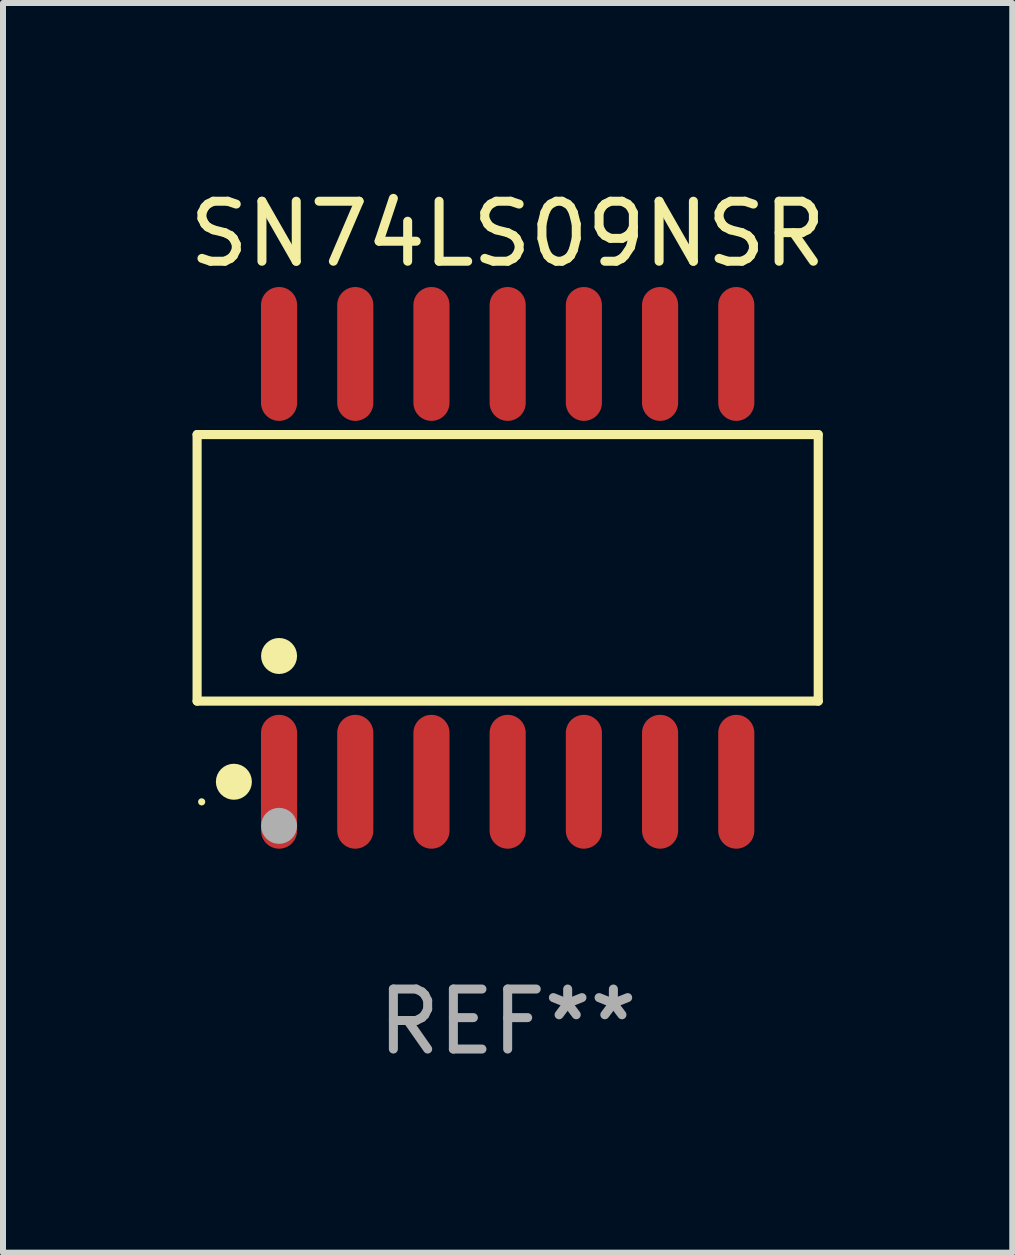
<source format=kicad_pcb>
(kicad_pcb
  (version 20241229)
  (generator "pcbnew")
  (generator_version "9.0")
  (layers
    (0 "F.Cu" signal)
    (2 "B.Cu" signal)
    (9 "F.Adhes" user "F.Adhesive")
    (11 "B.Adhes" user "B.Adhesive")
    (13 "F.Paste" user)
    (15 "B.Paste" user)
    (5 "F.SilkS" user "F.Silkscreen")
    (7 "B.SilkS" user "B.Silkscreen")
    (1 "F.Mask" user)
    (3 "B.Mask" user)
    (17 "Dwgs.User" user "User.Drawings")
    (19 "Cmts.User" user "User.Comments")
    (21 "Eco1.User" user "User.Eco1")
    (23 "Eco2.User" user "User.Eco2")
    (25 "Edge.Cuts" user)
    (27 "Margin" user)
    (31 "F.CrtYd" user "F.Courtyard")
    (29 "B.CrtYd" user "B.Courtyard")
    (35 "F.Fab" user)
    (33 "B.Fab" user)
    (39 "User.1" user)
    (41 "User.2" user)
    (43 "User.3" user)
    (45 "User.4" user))
  (footprint "SN74LS09NSR"
    (layer "F.Cu")
    (at 5.411 6.414)
    (property "Reference" "SN74LS09NSR" (at 0 -5.565 0) (layer "F.SilkS") (effects (font (size 1 1) (thickness 0.15))))
    (attr through_hole)
    (fp_line (start -5.176 -2.221) (end 5.176 -2.221) (stroke (width 0.152) (type solid)) (layer "F.SilkS"))
    (fp_line (start -5.176 2.221) (end -5.176 -2.221) (stroke (width 0.152) (type solid)) (layer "F.SilkS"))
    (fp_line (start 5.176 -2.221) (end 5.176 2.221) (stroke (width 0.152) (type solid)) (layer "F.SilkS"))
    (fp_line (start 5.176 2.221) (end -5.176 2.221) (stroke (width 0.152) (type solid)) (layer "F.SilkS"))
    (fp_circle (center -5.1 3.9) (end -5.07 3.9) (stroke (width 0.06) (type solid)) (fill no) (layer "F.SilkS"))
    (fp_circle (center -4.563 3.565) (end -4.413 3.565) (stroke (width 0.3) (type solid)) (fill no) (layer "F.SilkS"))
    (fp_circle (center -3.81 1.469) (end -3.66 1.469) (stroke (width 0.3) (type solid)) (fill no) (layer "F.SilkS"))
    (fp_circle (center -3.81 4.3) (end -3.66 4.3) (stroke (width 0.3) (type solid)) (fill no) (layer "F.Fab"))
    (fp_text user "REF**" (at 0 7.565 0) (layer "F.Fab") (effects (font (size 1 1) (thickness 0.15))))
    (pad "1" smd oval (at -3.81 3.565) (size 0.602 2.231) (layers "F.Cu" "F.Mask" "F.Paste"))
    (pad "2" smd oval (at -2.54 3.565) (size 0.602 2.231) (layers "F.Cu" "F.Mask" "F.Paste"))
    (pad "3" smd oval (at -1.27 3.565) (size 0.602 2.231) (layers "F.Cu" "F.Mask" "F.Paste"))
    (pad "4" smd oval (at 0 3.565) (size 0.602 2.231) (layers "F.Cu" "F.Mask" "F.Paste"))
    (pad "5" smd oval (at 1.27 3.565) (size 0.602 2.231) (layers "F.Cu" "F.Mask" "F.Paste"))
    (pad "6" smd oval (at 2.54 3.565) (size 0.602 2.231) (layers "F.Cu" "F.Mask" "F.Paste"))
    (pad "7" smd oval (at 3.81 3.565) (size 0.602 2.231) (layers "F.Cu" "F.Mask" "F.Paste"))
    (pad "8" smd oval (at 3.81 -3.565) (size 0.602 2.231) (layers "F.Cu" "F.Mask" "F.Paste"))
    (pad "9" smd oval (at 2.54 -3.565) (size 0.602 2.231) (layers "F.Cu" "F.Mask" "F.Paste"))
    (pad "10" smd oval (at 1.27 -3.565) (size 0.602 2.231) (layers "F.Cu" "F.Mask" "F.Paste"))
    (pad "11" smd oval (at 0 -3.565) (size 0.602 2.231) (layers "F.Cu" "F.Mask" "F.Paste"))
    (pad "12" smd oval (at -1.27 -3.565) (size 0.602 2.231) (layers "F.Cu" "F.Mask" "F.Paste"))
    (pad "13" smd oval (at -2.54 -3.565) (size 0.602 2.231) (layers "F.Cu" "F.Mask" "F.Paste"))
    (pad "14" smd oval (at -3.81 -3.565) (size 0.602 2.231) (layers "F.Cu" "F.Mask" "F.Paste")))
  (gr_rect
    (start -3 -3)
    (end 13.821 17.827)
    (stroke (width 0.1) (type default))
    (fill no)
    (layer "Edge.Cuts")))
</source>
